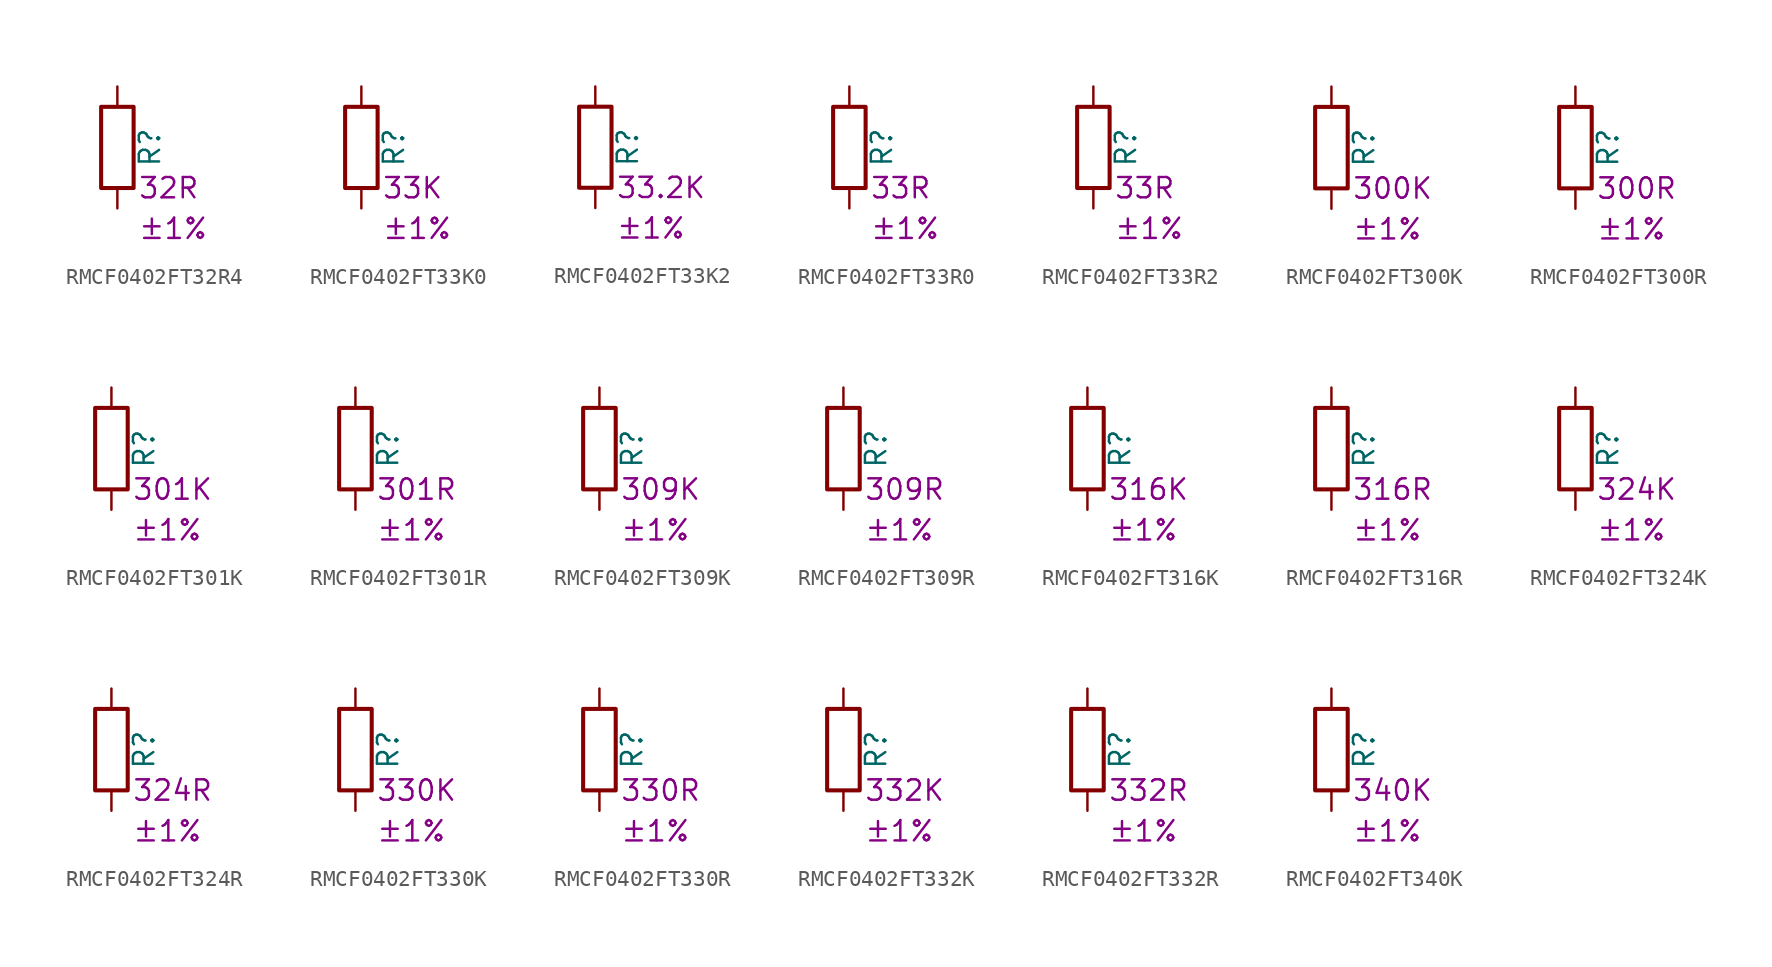
<source format=kicad_sym>
(kicad_symbol_lib
  (version 20220914)
  (generator kicad_symbol_editor)
  (symbol "RMCF0402FT32R4"
    (pin_numbers hide)
    (pin_names
      (offset 0))
    (property "Reference" "R"
      (at 2.032 0 90)
      (effects (font (size 1.27 1.27))))
    (property "Resistance" "32R"
      (at 1.27 -2.54 0)
      (effects (font (size 1.27 1.27)) (justify left)))
    (property "Tolerance" "±1%"
      (at 1.27 -5.08 0)
      (effects (font (size 1.27 1.27)) (justify left)))
    (symbol "RMCF0402FT32R4_0_1"
      (rectangle (start -1.016 -2.54) (end 1.016 2.54) (stroke (width 0.254) (type default)) (fill (type none))))
    (symbol "RMCF0402FT32R4_1_1"
      (pin passive line (at 0 3.81 270) (length 1.27) (name "~" (effects (font (size 1.27 1.27)))) (number "1" (effects (font (size 1.27 1.27)))))
      (pin passive line (at 0 -3.81 90) (length 1.27) (name "~" (effects (font (size 1.27 1.27)))) (number "2" (effects (font (size 1.27 1.27)))))))
  (symbol "RMCF0402FT33K0"
    (pin_numbers hide)
    (pin_names
      (offset 0))
    (property "Reference" "R"
      (at 2.032 0 90)
      (effects (font (size 1.27 1.27))))
    (property "Resistance" "33K"
      (at 1.27 -2.54 0)
      (effects (font (size 1.27 1.27)) (justify left)))
    (property "Tolerance" "±1%"
      (at 1.27 -5.08 0)
      (effects (font (size 1.27 1.27)) (justify left)))
    (symbol "RMCF0402FT33K0_0_1"
      (rectangle (start -1.016 -2.54) (end 1.016 2.54) (stroke (width 0.254) (type default)) (fill (type none))))
    (symbol "RMCF0402FT33K0_1_1"
      (pin passive line (at 0 3.81 270) (length 1.27) (name "~" (effects (font (size 1.27 1.27)))) (number "1" (effects (font (size 1.27 1.27)))))
      (pin passive line (at 0 -3.81 90) (length 1.27) (name "~" (effects (font (size 1.27 1.27)))) (number "2" (effects (font (size 1.27 1.27)))))))
  (symbol "RMCF0402FT33K2"
    (pin_numbers hide)
    (pin_names
      (offset 0))
    (property "Reference" "R"
      (at 2.032 0 90)
      (effects (font (size 1.27 1.27))))
    (property "Resistance" "33.2K"
      (at 1.27 -2.54 0)
      (effects (font (size 1.27 1.27)) (justify left)))
    (property "Tolerance" "±1%"
      (at 1.27 -5.08 0)
      (effects (font (size 1.27 1.27)) (justify left)))
    (symbol "RMCF0402FT33K2_0_1"
      (rectangle (start -1.016 -2.54) (end 1.016 2.54) (stroke (width 0.254) (type default)) (fill (type none))))
    (symbol "RMCF0402FT33K2_1_1"
      (pin passive line (at 0 3.81 270) (length 1.27) (name "~" (effects (font (size 1.27 1.27)))) (number "1" (effects (font (size 1.27 1.27)))))
      (pin passive line (at 0 -3.81 90) (length 1.27) (name "~" (effects (font (size 1.27 1.27)))) (number "2" (effects (font (size 1.27 1.27)))))))
  (symbol "RMCF0402FT33R0"
    (pin_numbers hide)
    (pin_names
      (offset 0))
    (property "Reference" "R"
      (at 2.032 0 90)
      (effects (font (size 1.27 1.27))))
    (property "Resistance" "33R"
      (at 1.27 -2.54 0)
      (effects (font (size 1.27 1.27)) (justify left)))
    (property "Tolerance" "±1%"
      (at 1.27 -5.08 0)
      (effects (font (size 1.27 1.27)) (justify left)))
    (symbol "RMCF0402FT33R0_0_1"
      (rectangle (start -1.016 -2.54) (end 1.016 2.54) (stroke (width 0.254) (type default)) (fill (type none))))
    (symbol "RMCF0402FT33R0_1_1"
      (pin passive line (at 0 3.81 270) (length 1.27) (name "~" (effects (font (size 1.27 1.27)))) (number "1" (effects (font (size 1.27 1.27)))))
      (pin passive line (at 0 -3.81 90) (length 1.27) (name "~" (effects (font (size 1.27 1.27)))) (number "2" (effects (font (size 1.27 1.27)))))))
  (symbol "RMCF0402FT33R2"
    (pin_numbers hide)
    (pin_names
      (offset 0))
    (property "Reference" "R"
      (at 2.032 0 90)
      (effects (font (size 1.27 1.27))))
    (property "Resistance" "33R"
      (at 1.27 -2.54 0)
      (effects (font (size 1.27 1.27)) (justify left)))
    (property "Tolerance" "±1%"
      (at 1.27 -5.08 0)
      (effects (font (size 1.27 1.27)) (justify left)))
    (symbol "RMCF0402FT33R2_0_1"
      (rectangle (start -1.016 -2.54) (end 1.016 2.54) (stroke (width 0.254) (type default)) (fill (type none))))
    (symbol "RMCF0402FT33R2_1_1"
      (pin passive line (at 0 3.81 270) (length 1.27) (name "~" (effects (font (size 1.27 1.27)))) (number "1" (effects (font (size 1.27 1.27)))))
      (pin passive line (at 0 -3.81 90) (length 1.27) (name "~" (effects (font (size 1.27 1.27)))) (number "2" (effects (font (size 1.27 1.27)))))))
  (symbol "RMCF0402FT300K"
    (pin_numbers hide)
    (pin_names
      (offset 0))
    (property "Reference" "R"
      (at 2.032 0 90)
      (effects (font (size 1.27 1.27))))
    (property "Resistance" "300K"
      (at 1.27 -2.54 0)
      (effects (font (size 1.27 1.27)) (justify left)))
    (property "Tolerance" "±1%"
      (at 1.27 -5.08 0)
      (effects (font (size 1.27 1.27)) (justify left)))
    (symbol "RMCF0402FT300K_0_1"
      (rectangle (start -1.016 -2.54) (end 1.016 2.54) (stroke (width 0.254) (type default)) (fill (type none))))
    (symbol "RMCF0402FT300K_1_1"
      (pin passive line (at 0 3.81 270) (length 1.27) (name "~" (effects (font (size 1.27 1.27)))) (number "1" (effects (font (size 1.27 1.27)))))
      (pin passive line (at 0 -3.81 90) (length 1.27) (name "~" (effects (font (size 1.27 1.27)))) (number "2" (effects (font (size 1.27 1.27)))))))
  (symbol "RMCF0402FT300R"
    (pin_numbers hide)
    (pin_names
      (offset 0))
    (property "Reference" "R"
      (at 2.032 0 90)
      (effects (font (size 1.27 1.27))))
    (property "Resistance" "300R"
      (at 1.27 -2.54 0)
      (effects (font (size 1.27 1.27)) (justify left)))
    (property "Tolerance" "±1%"
      (at 1.27 -5.08 0)
      (effects (font (size 1.27 1.27)) (justify left)))
    (symbol "RMCF0402FT300R_0_1"
      (rectangle (start -1.016 -2.54) (end 1.016 2.54) (stroke (width 0.254) (type default)) (fill (type none))))
    (symbol "RMCF0402FT300R_1_1"
      (pin passive line (at 0 3.81 270) (length 1.27) (name "~" (effects (font (size 1.27 1.27)))) (number "1" (effects (font (size 1.27 1.27)))))
      (pin passive line (at 0 -3.81 90) (length 1.27) (name "~" (effects (font (size 1.27 1.27)))) (number "2" (effects (font (size 1.27 1.27)))))))
  (symbol "RMCF0402FT301K"
    (pin_numbers hide)
    (pin_names
      (offset 0))
    (property "Reference" "R"
      (at 2.032 0 90)
      (effects (font (size 1.27 1.27))))
    (property "Resistance" "301K"
      (at 1.27 -2.54 0)
      (effects (font (size 1.27 1.27)) (justify left)))
    (property "Tolerance" "±1%"
      (at 1.27 -5.08 0)
      (effects (font (size 1.27 1.27)) (justify left)))
    (symbol "RMCF0402FT301K_0_1"
      (rectangle (start -1.016 -2.54) (end 1.016 2.54) (stroke (width 0.254) (type default)) (fill (type none))))
    (symbol "RMCF0402FT301K_1_1"
      (pin passive line (at 0 3.81 270) (length 1.27) (name "~" (effects (font (size 1.27 1.27)))) (number "1" (effects (font (size 1.27 1.27)))))
      (pin passive line (at 0 -3.81 90) (length 1.27) (name "~" (effects (font (size 1.27 1.27)))) (number "2" (effects (font (size 1.27 1.27)))))))
  (symbol "RMCF0402FT301R"
    (pin_numbers hide)
    (pin_names
      (offset 0))
    (property "Reference" "R"
      (at 2.032 0 90)
      (effects (font (size 1.27 1.27))))
    (property "Resistance" "301R"
      (at 1.27 -2.54 0)
      (effects (font (size 1.27 1.27)) (justify left)))
    (property "Tolerance" "±1%"
      (at 1.27 -5.08 0)
      (effects (font (size 1.27 1.27)) (justify left)))
    (symbol "RMCF0402FT301R_0_1"
      (rectangle (start -1.016 -2.54) (end 1.016 2.54) (stroke (width 0.254) (type default)) (fill (type none))))
    (symbol "RMCF0402FT301R_1_1"
      (pin passive line (at 0 3.81 270) (length 1.27) (name "~" (effects (font (size 1.27 1.27)))) (number "1" (effects (font (size 1.27 1.27)))))
      (pin passive line (at 0 -3.81 90) (length 1.27) (name "~" (effects (font (size 1.27 1.27)))) (number "2" (effects (font (size 1.27 1.27)))))))
  (symbol "RMCF0402FT309K"
    (pin_numbers hide)
    (pin_names
      (offset 0))
    (property "Reference" "R"
      (at 2.032 0 90)
      (effects (font (size 1.27 1.27))))
    (property "Resistance" "309K"
      (at 1.27 -2.54 0)
      (effects (font (size 1.27 1.27)) (justify left)))
    (property "Tolerance" "±1%"
      (at 1.27 -5.08 0)
      (effects (font (size 1.27 1.27)) (justify left)))
    (symbol "RMCF0402FT309K_0_1"
      (rectangle (start -1.016 -2.54) (end 1.016 2.54) (stroke (width 0.254) (type default)) (fill (type none))))
    (symbol "RMCF0402FT309K_1_1"
      (pin passive line (at 0 3.81 270) (length 1.27) (name "~" (effects (font (size 1.27 1.27)))) (number "1" (effects (font (size 1.27 1.27)))))
      (pin passive line (at 0 -3.81 90) (length 1.27) (name "~" (effects (font (size 1.27 1.27)))) (number "2" (effects (font (size 1.27 1.27)))))))
  (symbol "RMCF0402FT309R"
    (pin_numbers hide)
    (pin_names
      (offset 0))
    (property "Reference" "R"
      (at 2.032 0 90)
      (effects (font (size 1.27 1.27))))
    (property "Resistance" "309R"
      (at 1.27 -2.54 0)
      (effects (font (size 1.27 1.27)) (justify left)))
    (property "Tolerance" "±1%"
      (at 1.27 -5.08 0)
      (effects (font (size 1.27 1.27)) (justify left)))
    (symbol "RMCF0402FT309R_0_1"
      (rectangle (start -1.016 -2.54) (end 1.016 2.54) (stroke (width 0.254) (type default)) (fill (type none))))
    (symbol "RMCF0402FT309R_1_1"
      (pin passive line (at 0 3.81 270) (length 1.27) (name "~" (effects (font (size 1.27 1.27)))) (number "1" (effects (font (size 1.27 1.27)))))
      (pin passive line (at 0 -3.81 90) (length 1.27) (name "~" (effects (font (size 1.27 1.27)))) (number "2" (effects (font (size 1.27 1.27)))))))
  (symbol "RMCF0402FT316K"
    (pin_numbers hide)
    (pin_names
      (offset 0))
    (property "Reference" "R"
      (at 2.032 0 90)
      (effects (font (size 1.27 1.27))))
    (property "Resistance" "316K"
      (at 1.27 -2.54 0)
      (effects (font (size 1.27 1.27)) (justify left)))
    (property "Tolerance" "±1%"
      (at 1.27 -5.08 0)
      (effects (font (size 1.27 1.27)) (justify left)))
    (symbol "RMCF0402FT316K_0_1"
      (rectangle (start -1.016 -2.54) (end 1.016 2.54) (stroke (width 0.254) (type default)) (fill (type none))))
    (symbol "RMCF0402FT316K_1_1"
      (pin passive line (at 0 3.81 270) (length 1.27) (name "~" (effects (font (size 1.27 1.27)))) (number "1" (effects (font (size 1.27 1.27)))))
      (pin passive line (at 0 -3.81 90) (length 1.27) (name "~" (effects (font (size 1.27 1.27)))) (number "2" (effects (font (size 1.27 1.27)))))))
  (symbol "RMCF0402FT316R"
    (pin_numbers hide)
    (pin_names
      (offset 0))
    (property "Reference" "R"
      (at 2.032 0 90)
      (effects (font (size 1.27 1.27))))
    (property "Resistance" "316R"
      (at 1.27 -2.54 0)
      (effects (font (size 1.27 1.27)) (justify left)))
    (property "Tolerance" "±1%"
      (at 1.27 -5.08 0)
      (effects (font (size 1.27 1.27)) (justify left)))
    (symbol "RMCF0402FT316R_0_1"
      (rectangle (start -1.016 -2.54) (end 1.016 2.54) (stroke (width 0.254) (type default)) (fill (type none))))
    (symbol "RMCF0402FT316R_1_1"
      (pin passive line (at 0 3.81 270) (length 1.27) (name "~" (effects (font (size 1.27 1.27)))) (number "1" (effects (font (size 1.27 1.27)))))
      (pin passive line (at 0 -3.81 90) (length 1.27) (name "~" (effects (font (size 1.27 1.27)))) (number "2" (effects (font (size 1.27 1.27)))))))
  (symbol "RMCF0402FT324K"
    (pin_numbers hide)
    (pin_names
      (offset 0))
    (property "Reference" "R"
      (at 2.032 0 90)
      (effects (font (size 1.27 1.27))))
    (property "Resistance" "324K"
      (at 1.27 -2.54 0)
      (effects (font (size 1.27 1.27)) (justify left)))
    (property "Tolerance" "±1%"
      (at 1.27 -5.08 0)
      (effects (font (size 1.27 1.27)) (justify left)))
    (symbol "RMCF0402FT324K_0_1"
      (rectangle (start -1.016 -2.54) (end 1.016 2.54) (stroke (width 0.254) (type default)) (fill (type none))))
    (symbol "RMCF0402FT324K_1_1"
      (pin passive line (at 0 3.81 270) (length 1.27) (name "~" (effects (font (size 1.27 1.27)))) (number "1" (effects (font (size 1.27 1.27)))))
      (pin passive line (at 0 -3.81 90) (length 1.27) (name "~" (effects (font (size 1.27 1.27)))) (number "2" (effects (font (size 1.27 1.27)))))))
  (symbol "RMCF0402FT324R"
    (pin_numbers hide)
    (pin_names
      (offset 0))
    (property "Reference" "R"
      (at 2.032 0 90)
      (effects (font (size 1.27 1.27))))
    (property "Resistance" "324R"
      (at 1.27 -2.54 0)
      (effects (font (size 1.27 1.27)) (justify left)))
    (property "Tolerance" "±1%"
      (at 1.27 -5.08 0)
      (effects (font (size 1.27 1.27)) (justify left)))
    (symbol "RMCF0402FT324R_0_1"
      (rectangle (start -1.016 -2.54) (end 1.016 2.54) (stroke (width 0.254) (type default)) (fill (type none))))
    (symbol "RMCF0402FT324R_1_1"
      (pin passive line (at 0 3.81 270) (length 1.27) (name "~" (effects (font (size 1.27 1.27)))) (number "1" (effects (font (size 1.27 1.27)))))
      (pin passive line (at 0 -3.81 90) (length 1.27) (name "~" (effects (font (size 1.27 1.27)))) (number "2" (effects (font (size 1.27 1.27)))))))
  (symbol "RMCF0402FT330K"
    (pin_numbers hide)
    (pin_names
      (offset 0))
    (property "Reference" "R"
      (at 2.032 0 90)
      (effects (font (size 1.27 1.27))))
    (property "Resistance" "330K"
      (at 1.27 -2.54 0)
      (effects (font (size 1.27 1.27)) (justify left)))
    (property "Tolerance" "±1%"
      (at 1.27 -5.08 0)
      (effects (font (size 1.27 1.27)) (justify left)))
    (symbol "RMCF0402FT330K_0_1"
      (rectangle (start -1.016 -2.54) (end 1.016 2.54) (stroke (width 0.254) (type default)) (fill (type none))))
    (symbol "RMCF0402FT330K_1_1"
      (pin passive line (at 0 3.81 270) (length 1.27) (name "~" (effects (font (size 1.27 1.27)))) (number "1" (effects (font (size 1.27 1.27)))))
      (pin passive line (at 0 -3.81 90) (length 1.27) (name "~" (effects (font (size 1.27 1.27)))) (number "2" (effects (font (size 1.27 1.27)))))))
  (symbol "RMCF0402FT330R"
    (pin_numbers hide)
    (pin_names
      (offset 0))
    (property "Reference" "R"
      (at 2.032 0 90)
      (effects (font (size 1.27 1.27))))
    (property "Resistance" "330R"
      (at 1.27 -2.54 0)
      (effects (font (size 1.27 1.27)) (justify left)))
    (property "Tolerance" "±1%"
      (at 1.27 -5.08 0)
      (effects (font (size 1.27 1.27)) (justify left)))
    (symbol "RMCF0402FT330R_0_1"
      (rectangle (start -1.016 -2.54) (end 1.016 2.54) (stroke (width 0.254) (type default)) (fill (type none))))
    (symbol "RMCF0402FT330R_1_1"
      (pin passive line (at 0 3.81 270) (length 1.27) (name "~" (effects (font (size 1.27 1.27)))) (number "1" (effects (font (size 1.27 1.27)))))
      (pin passive line (at 0 -3.81 90) (length 1.27) (name "~" (effects (font (size 1.27 1.27)))) (number "2" (effects (font (size 1.27 1.27)))))))
  (symbol "RMCF0402FT332K"
    (pin_numbers hide)
    (pin_names
      (offset 0))
    (property "Reference" "R"
      (at 2.032 0 90)
      (effects (font (size 1.27 1.27))))
    (property "Resistance" "332K"
      (at 1.27 -2.54 0)
      (effects (font (size 1.27 1.27)) (justify left)))
    (property "Tolerance" "±1%"
      (at 1.27 -5.08 0)
      (effects (font (size 1.27 1.27)) (justify left)))
    (symbol "RMCF0402FT332K_0_1"
      (rectangle (start -1.016 -2.54) (end 1.016 2.54) (stroke (width 0.254) (type default)) (fill (type none))))
    (symbol "RMCF0402FT332K_1_1"
      (pin passive line (at 0 3.81 270) (length 1.27) (name "~" (effects (font (size 1.27 1.27)))) (number "1" (effects (font (size 1.27 1.27)))))
      (pin passive line (at 0 -3.81 90) (length 1.27) (name "~" (effects (font (size 1.27 1.27)))) (number "2" (effects (font (size 1.27 1.27)))))))
  (symbol "RMCF0402FT332R"
    (pin_numbers hide)
    (pin_names
      (offset 0))
    (property "Reference" "R"
      (at 2.032 0 90)
      (effects (font (size 1.27 1.27))))
    (property "Resistance" "332R"
      (at 1.27 -2.54 0)
      (effects (font (size 1.27 1.27)) (justify left)))
    (property "Tolerance" "±1%"
      (at 1.27 -5.08 0)
      (effects (font (size 1.27 1.27)) (justify left)))
    (symbol "RMCF0402FT332R_0_1"
      (rectangle (start -1.016 -2.54) (end 1.016 2.54) (stroke (width 0.254) (type default)) (fill (type none))))
    (symbol "RMCF0402FT332R_1_1"
      (pin passive line (at 0 3.81 270) (length 1.27) (name "~" (effects (font (size 1.27 1.27)))) (number "1" (effects (font (size 1.27 1.27)))))
      (pin passive line (at 0 -3.81 90) (length 1.27) (name "~" (effects (font (size 1.27 1.27)))) (number "2" (effects (font (size 1.27 1.27)))))))
  (symbol "RMCF0402FT340K"
    (pin_numbers hide)
    (pin_names
      (offset 0))
    (property "Reference" "R"
      (at 2.032 0 90)
      (effects (font (size 1.27 1.27))))
    (property "Resistance" "340K"
      (at 1.27 -2.54 0)
      (effects (font (size 1.27 1.27)) (justify left)))
    (property "Tolerance" "±1%"
      (at 1.27 -5.08 0)
      (effects (font (size 1.27 1.27)) (justify left)))
    (symbol "RMCF0402FT340K_0_1"
      (rectangle (start -1.016 -2.54) (end 1.016 2.54) (stroke (width 0.254) (type default)) (fill (type none))))
    (symbol "RMCF0402FT340K_1_1"
      (pin passive line (at 0 3.81 270) (length 1.27) (name "~" (effects (font (size 1.27 1.27)))) (number "1" (effects (font (size 1.27 1.27)))))
      (pin passive line (at 0 -3.81 90) (length 1.27) (name "~" (effects (font (size 1.27 1.27)))) (number "2" (effects (font (size 1.27 1.27))))))))
</source>
